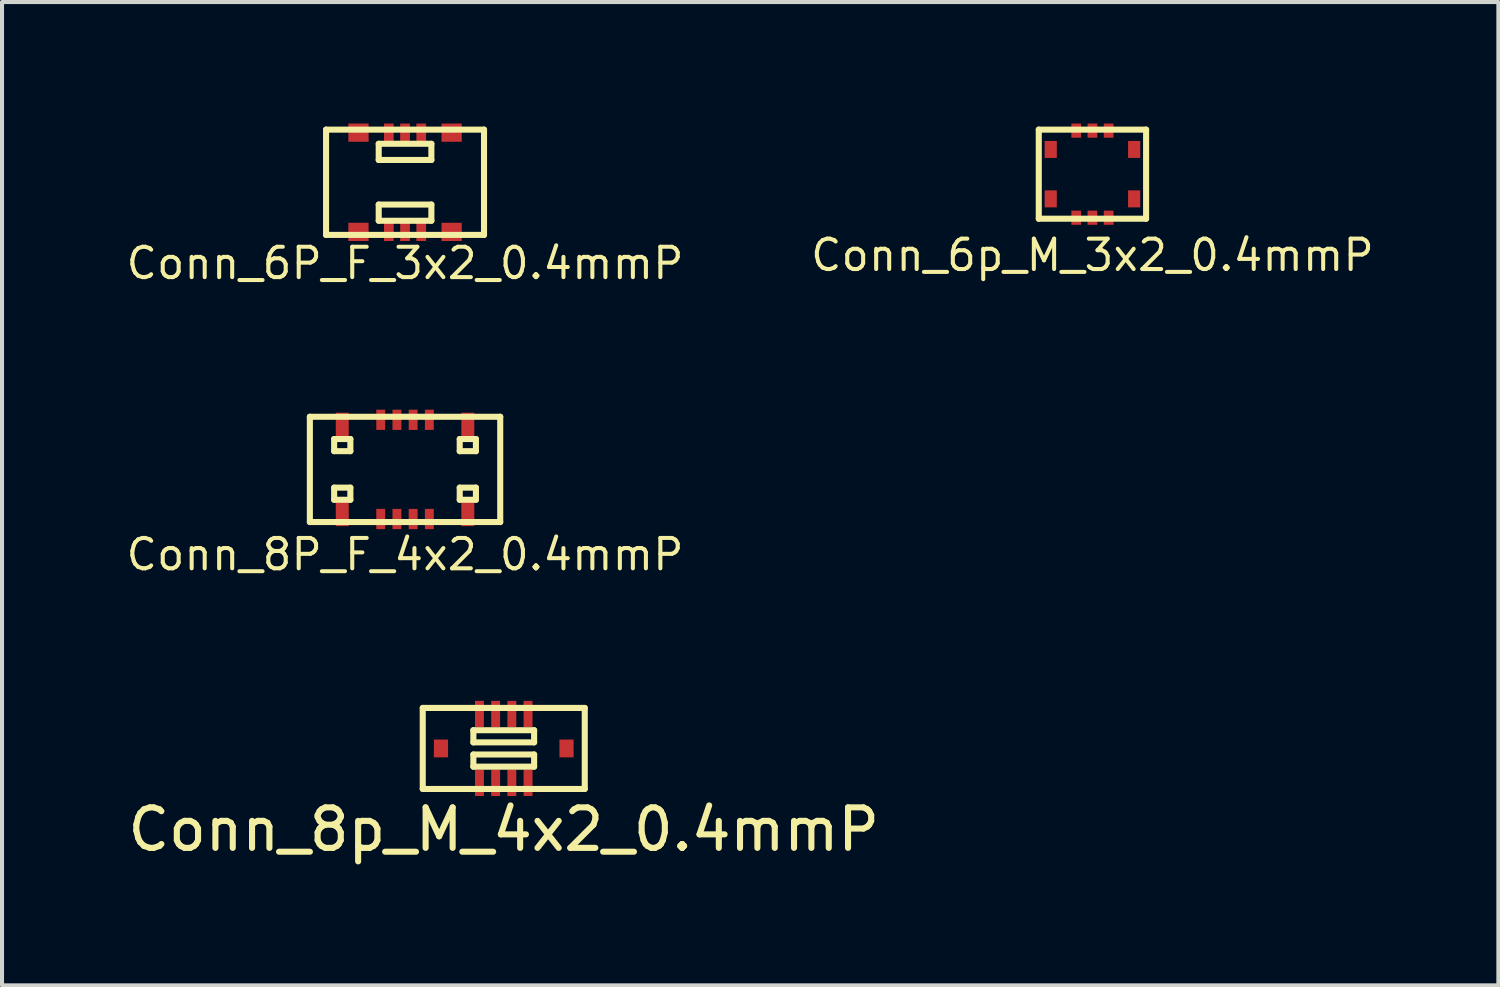
<source format=kicad_pcb>
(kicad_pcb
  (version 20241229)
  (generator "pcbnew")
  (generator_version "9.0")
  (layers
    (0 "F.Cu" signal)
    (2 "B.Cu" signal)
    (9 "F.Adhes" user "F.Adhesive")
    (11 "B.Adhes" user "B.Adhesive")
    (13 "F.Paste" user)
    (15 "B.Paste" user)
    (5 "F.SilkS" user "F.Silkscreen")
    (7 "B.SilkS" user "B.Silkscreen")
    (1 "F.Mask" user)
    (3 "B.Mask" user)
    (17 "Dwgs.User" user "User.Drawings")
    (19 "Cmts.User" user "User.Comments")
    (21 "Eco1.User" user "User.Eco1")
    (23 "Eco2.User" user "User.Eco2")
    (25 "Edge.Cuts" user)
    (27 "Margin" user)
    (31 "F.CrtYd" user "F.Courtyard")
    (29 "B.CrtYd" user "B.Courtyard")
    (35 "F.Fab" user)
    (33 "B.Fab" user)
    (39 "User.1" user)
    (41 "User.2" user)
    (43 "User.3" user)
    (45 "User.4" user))
  (footprint "Conn_6P_F_3x2_0.4mmP"
    (layer "F.Cu")
    (at 6.95 1.45)
    (property "Reference" "Conn_6P_F_3x2_0.4mmP" (at 0 2 0) (layer "F.SilkS") (effects (font (size 0.75 0.75) (thickness 0.1))))
    (attr through_hole)
    (fp_line (start -1.95 -1.3) (end -1.95 1.3) (stroke (width 0.15) (type solid)) (layer "F.SilkS"))
    (fp_line (start -1.95 1.3) (end 1.95 1.3) (stroke (width 0.15) (type solid)) (layer "F.SilkS"))
    (fp_line (start -0.65 -0.95) (end -0.65 -0.55) (stroke (width 0.15) (type solid)) (layer "F.SilkS"))
    (fp_line (start -0.65 -0.55) (end 0.65 -0.55) (stroke (width 0.15) (type solid)) (layer "F.SilkS"))
    (fp_line (start -0.65 0.55) (end 0.65 0.55) (stroke (width 0.15) (type solid)) (layer "F.SilkS"))
    (fp_line (start -0.65 0.95) (end -0.65 0.55) (stroke (width 0.15) (type solid)) (layer "F.SilkS"))
    (fp_line (start 0.65 -0.95) (end -0.65 -0.95) (stroke (width 0.15) (type solid)) (layer "F.SilkS"))
    (fp_line (start 0.65 -0.55) (end 0.65 -0.95) (stroke (width 0.15) (type solid)) (layer "F.SilkS"))
    (fp_line (start 0.65 0.55) (end 0.65 0.95) (stroke (width 0.15) (type solid)) (layer "F.SilkS"))
    (fp_line (start 0.65 0.95) (end -0.65 0.95) (stroke (width 0.15) (type solid)) (layer "F.SilkS"))
    (fp_line (start 1.95 -1.3) (end -1.95 -1.3) (stroke (width 0.15) (type solid)) (layer "F.SilkS"))
    (fp_line (start 1.95 1.3) (end 1.95 -1.3) (stroke (width 0.15) (type solid)) (layer "F.SilkS"))
    (pad "1" smd rect (at -0.4 1.225) (size 0.24 0.45) (layers "F.Cu" "F.Mask" "F.Paste"))
    (pad "2" smd rect (at -0.4 -1.225) (size 0.24 0.45) (layers "F.Cu" "F.Mask" "F.Paste"))
    (pad "3" smd rect (at 0 1.225) (size 0.24 0.45) (layers "F.Cu" "F.Mask" "F.Paste"))
    (pad "4" smd rect (at 0 -1.225) (size 0.24 0.45) (layers "F.Cu" "F.Mask" "F.Paste"))
    (pad "5" smd rect (at 0.4 1.225) (size 0.24 0.45) (layers "F.Cu" "F.Mask" "F.Paste"))
    (pad "6" smd rect (at 0.4 -1.225) (size 0.24 0.45) (layers "F.Cu" "F.Mask" "F.Paste"))
    (pad "7" smd rect (at -1.15 -1.225) (size 0.5 0.45) (layers "F.Cu" "F.Mask" "F.Paste"))
    (pad "7" smd rect (at 1.15 1.225) (size 0.5 0.45) (layers "F.Cu" "F.Mask" "F.Paste"))
    (pad "8" smd rect (at -1.15 1.225) (size 0.5 0.45) (layers "F.Cu" "F.Mask" "F.Paste"))
    (pad "8" smd rect (at 1.15 -1.225) (size 0.5 0.45) (layers "F.Cu" "F.Mask" "F.Paste")))
  (footprint "Conn_8P_F_4x2_0.4mmP"
    (layer "F.Cu")
    (at 6.95 8.539)
    (property "Reference" "Conn_8P_F_4x2_0.4mmP" (at 0 2.1 0) (layer "F.SilkS") (effects (font (size 0.75 0.75) (thickness 0.1))))
    (attr through_hole)
    (fp_line (start -2.35 -1.3) (end 2.35 -1.3) (stroke (width 0.15) (type solid)) (layer "F.SilkS"))
    (fp_line (start -2.35 1.3) (end -2.35 -1.3) (stroke (width 0.15) (type solid)) (layer "F.SilkS"))
    (fp_line (start -1.75 -0.75) (end -1.75 -0.45) (stroke (width 0.15) (type solid)) (layer "F.SilkS"))
    (fp_line (start -1.75 -0.45) (end -1.35 -0.45) (stroke (width 0.15) (type solid)) (layer "F.SilkS"))
    (fp_line (start -1.75 0.45) (end -1.35 0.45) (stroke (width 0.15) (type solid)) (layer "F.SilkS"))
    (fp_line (start -1.75 0.75) (end -1.75 0.45) (stroke (width 0.15) (type solid)) (layer "F.SilkS"))
    (fp_line (start -1.35 -0.75) (end -1.75 -0.75) (stroke (width 0.15) (type solid)) (layer "F.SilkS"))
    (fp_line (start -1.35 -0.45) (end -1.35 -0.75) (stroke (width 0.15) (type solid)) (layer "F.SilkS"))
    (fp_line (start -1.35 0.45) (end -1.35 0.75) (stroke (width 0.15) (type solid)) (layer "F.SilkS"))
    (fp_line (start -1.35 0.75) (end -1.75 0.75) (stroke (width 0.15) (type solid)) (layer "F.SilkS"))
    (fp_line (start 1.35 -0.75) (end 1.35 -0.45) (stroke (width 0.15) (type solid)) (layer "F.SilkS"))
    (fp_line (start 1.35 -0.45) (end 1.75 -0.45) (stroke (width 0.15) (type solid)) (layer "F.SilkS"))
    (fp_line (start 1.35 0.45) (end 1.35 0.75) (stroke (width 0.15) (type solid)) (layer "F.SilkS"))
    (fp_line (start 1.35 0.75) (end 1.75 0.75) (stroke (width 0.15) (type solid)) (layer "F.SilkS"))
    (fp_line (start 1.75 -0.75) (end 1.35 -0.75) (stroke (width 0.15) (type solid)) (layer "F.SilkS"))
    (fp_line (start 1.75 -0.45) (end 1.75 -0.75) (stroke (width 0.15) (type solid)) (layer "F.SilkS"))
    (fp_line (start 1.75 0.45) (end 1.35 0.45) (stroke (width 0.15) (type solid)) (layer "F.SilkS"))
    (fp_line (start 1.75 0.75) (end 1.75 0.45) (stroke (width 0.15) (type solid)) (layer "F.SilkS"))
    (fp_line (start 2.35 -1.3) (end 2.35 1.3) (stroke (width 0.15) (type solid)) (layer "F.SilkS"))
    (fp_line (start 2.35 1.3) (end -2.35 1.3) (stroke (width 0.15) (type solid)) (layer "F.SilkS"))
    (pad "1" smd rect (at -0.6 1.225) (size 0.22 0.5) (layers "F.Cu" "F.Mask" "F.Paste"))
    (pad "2" smd rect (at -0.6 -1.225) (size 0.22 0.5) (layers "F.Cu" "F.Mask" "F.Paste"))
    (pad "3" smd rect (at -0.2 1.225) (size 0.22 0.5) (layers "F.Cu" "F.Mask" "F.Paste"))
    (pad "4" smd rect (at -0.2 -1.225) (size 0.22 0.5) (layers "F.Cu" "F.Mask" "F.Paste"))
    (pad "5" smd rect (at 0.2 1.225) (size 0.22 0.5) (layers "F.Cu" "F.Mask" "F.Paste"))
    (pad "6" smd rect (at 0.2 -1.225) (size 0.22 0.5) (layers "F.Cu" "F.Mask" "F.Paste"))
    (pad "7" smd rect (at 0.6 1.225) (size 0.22 0.5) (layers "F.Cu" "F.Mask" "F.Paste"))
    (pad "8" smd rect (at 0.6 -1.225) (size 0.22 0.5) (layers "F.Cu" "F.Mask" "F.Paste"))
    (pad "9" smd rect (at -1.55 1.1) (size 0.32 0.6) (layers "F.Cu" "F.Mask" "F.Paste"))
    (pad "9" smd rect (at 1.55 -1.1) (size 0.32 0.6) (layers "F.Cu" "F.Mask" "F.Paste"))
    (pad "10" smd rect (at -1.55 -1.1) (size 0.32 0.6) (layers "F.Cu" "F.Mask" "F.Paste"))
    (pad "10" smd rect (at 1.55 1.1) (size 0.32 0.6) (layers "F.Cu" "F.Mask" "F.Paste")))
  (footprint "Conn_6p_M_3x2_0.4mmP"
    (layer "F.Cu")
    (at 23.921 1.25)
    (property "Reference" "Conn_6p_M_3x2_0.4mmP" (at 0 2 0) (layer "F.SilkS") (effects (font (size 0.75 0.75) (thickness 0.1))))
    (attr through_hole)
    (fp_line (start -1.325 -1.1) (end -1.325 1.1) (stroke (width 0.15) (type solid)) (layer "F.SilkS"))
    (fp_line (start -1.325 1.1) (end 1.325 1.1) (stroke (width 0.15) (type solid)) (layer "F.SilkS"))
    (fp_line (start 1.325 -1.1) (end -1.325 -1.1) (stroke (width 0.15) (type solid)) (layer "F.SilkS"))
    (fp_line (start 1.325 1.1) (end 1.325 -1.1) (stroke (width 0.15) (type solid)) (layer "F.SilkS"))
    (pad "1" smd rect (at -0.4 1.075) (size 0.24 0.35) (layers "F.Cu" "F.Mask" "F.Paste"))
    (pad "2" smd rect (at -0.4 -1.075) (size 0.24 0.35) (layers "F.Cu" "F.Mask" "F.Paste"))
    (pad "3" smd rect (at 0 1.075) (size 0.24 0.35) (layers "F.Cu" "F.Mask" "F.Paste"))
    (pad "4" smd rect (at 0 -1.075) (size 0.24 0.35) (layers "F.Cu" "F.Mask" "F.Paste"))
    (pad "5" smd rect (at 0.4 1.075) (size 0.24 0.35) (layers "F.Cu" "F.Mask" "F.Paste"))
    (pad "6" smd rect (at 0.4 -1.075) (size 0.24 0.35) (layers "F.Cu" "F.Mask" "F.Paste"))
    (pad "7" smd rect (at -1.03 -0.61) (size 0.3 0.42) (layers "F.Cu" "F.Mask" "F.Paste"))
    (pad "7" smd rect (at 1.03 0.61) (size 0.3 0.42) (layers "F.Cu" "F.Mask" "F.Paste"))
    (pad "8" smd rect (at -1.03 0.61) (size 0.3 0.42) (layers "F.Cu" "F.Mask" "F.Paste"))
    (pad "8" smd rect (at 1.03 -0.61) (size 0.3 0.42) (layers "F.Cu" "F.Mask" "F.Paste")))
  (footprint "Conn_8p_M_4x2_0.4mmP"
    (layer "F.Cu")
    (at 9.387 15.428)
    (property "Reference" "Conn_8p_M_4x2_0.4mmP" (at 0 2 0) (layer "F.SilkS") (effects (font (size 1 1) (thickness 0.15))))
    (attr through_hole)
    (fp_line (start -2 -1) (end -2 1) (stroke (width 0.15) (type solid)) (layer "F.SilkS"))
    (fp_line (start -2 1) (end 2 1) (stroke (width 0.15) (type solid)) (layer "F.SilkS"))
    (fp_line (start -0.75 -0.45) (end 0.75 -0.45) (stroke (width 0.15) (type solid)) (layer "F.SilkS"))
    (fp_line (start -0.75 -0.15) (end -0.75 -0.45) (stroke (width 0.15) (type solid)) (layer "F.SilkS"))
    (fp_line (start -0.75 0.15) (end -0.75 0.45) (stroke (width 0.15) (type solid)) (layer "F.SilkS"))
    (fp_line (start -0.75 0.45) (end 0.75 0.45) (stroke (width 0.15) (type solid)) (layer "F.SilkS"))
    (fp_line (start 0.75 -0.45) (end 0.75 -0.15) (stroke (width 0.15) (type solid)) (layer "F.SilkS"))
    (fp_line (start 0.75 -0.15) (end -0.75 -0.15) (stroke (width 0.15) (type solid)) (layer "F.SilkS"))
    (fp_line (start 0.75 0.15) (end -0.75 0.15) (stroke (width 0.15) (type solid)) (layer "F.SilkS"))
    (fp_line (start 0.75 0.45) (end 0.75 0.15) (stroke (width 0.15) (type solid)) (layer "F.SilkS"))
    (fp_line (start 2 -1) (end -2 -1) (stroke (width 0.15) (type solid)) (layer "F.SilkS"))
    (fp_line (start 2 1) (end 2 -1) (stroke (width 0.15) (type solid)) (layer "F.SilkS"))
    (pad "1" smd rect (at -0.6 0.85) (size 0.22 0.65) (layers "F.Cu" "F.Mask" "F.Paste"))
    (pad "2" smd rect (at -0.6 -0.85) (size 0.22 0.65) (layers "F.Cu" "F.Mask" "F.Paste"))
    (pad "3" smd rect (at -0.2 0.85) (size 0.22 0.65) (layers "F.Cu" "F.Mask" "F.Paste"))
    (pad "4" smd rect (at -0.2 -0.85) (size 0.22 0.65) (layers "F.Cu" "F.Mask" "F.Paste"))
    (pad "5" smd rect (at 0.2 0.85) (size 0.22 0.65) (layers "F.Cu" "F.Mask" "F.Paste"))
    (pad "6" smd rect (at 0.2 -0.85) (size 0.22 0.65) (layers "F.Cu" "F.Mask" "F.Paste"))
    (pad "7" smd rect (at 0.6 0.85) (size 0.22 0.65) (layers "F.Cu" "F.Mask" "F.Paste"))
    (pad "8" smd rect (at 0.6 -0.85) (size 0.22 0.65) (layers "F.Cu" "F.Mask" "F.Paste"))
    (pad "9" smd rect (at -1.55 0) (size 0.35 0.44) (layers "F.Cu" "F.Mask" "F.Paste"))
    (pad "10" smd rect (at 1.55 0) (size 0.35 0.44) (layers "F.Cu" "F.Mask" "F.Paste")))
  (gr_rect
    (start -3 -3)
    (end 33.943 21.277)
    (stroke (width 0.1) (type default))
    (fill no)
    (layer "Edge.Cuts")))
</source>
